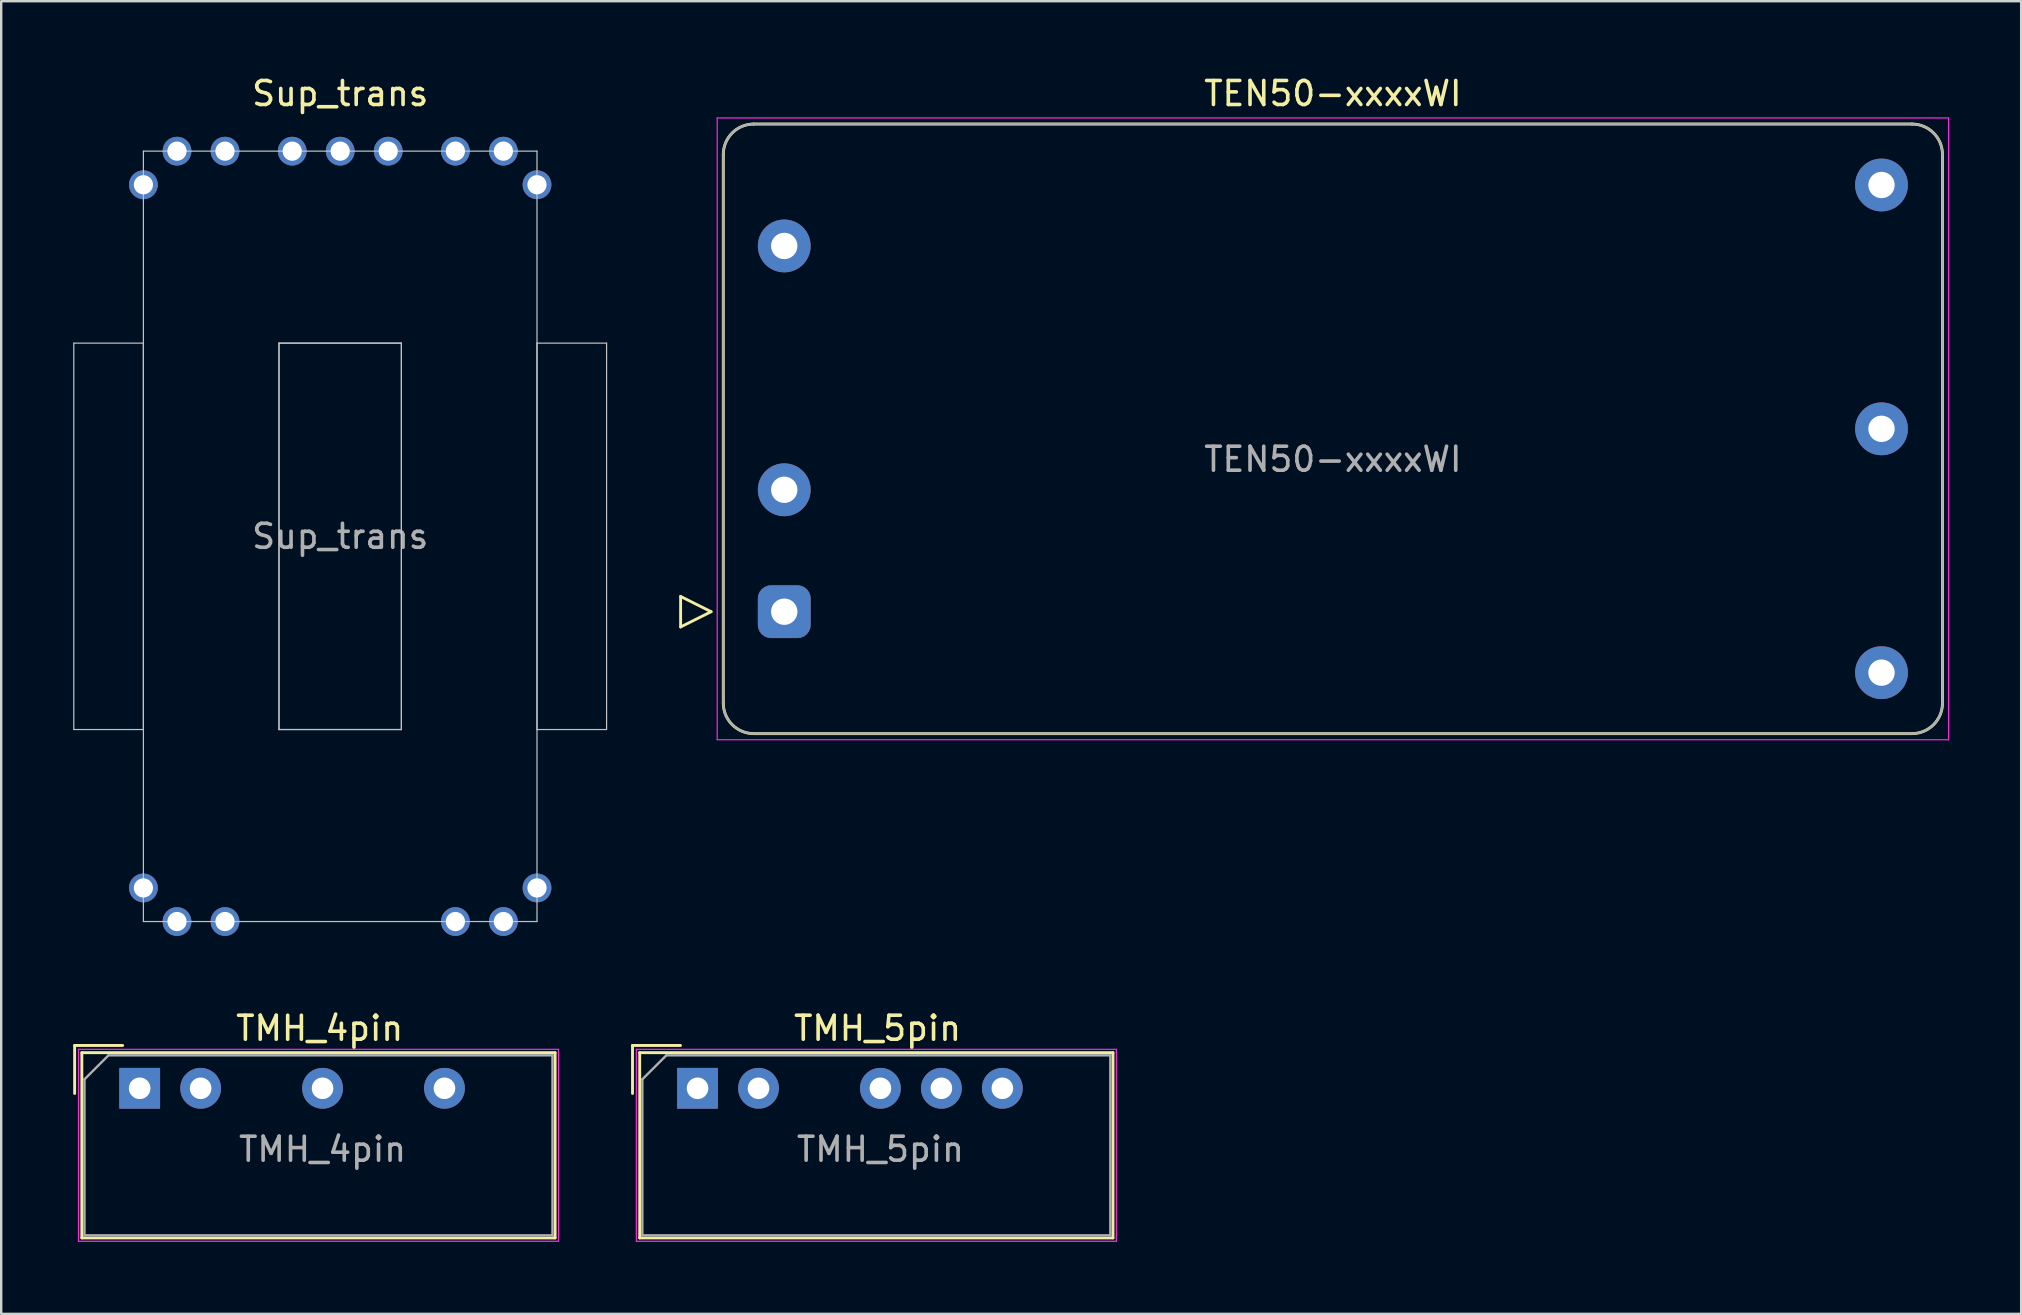
<source format=kicad_pcb>
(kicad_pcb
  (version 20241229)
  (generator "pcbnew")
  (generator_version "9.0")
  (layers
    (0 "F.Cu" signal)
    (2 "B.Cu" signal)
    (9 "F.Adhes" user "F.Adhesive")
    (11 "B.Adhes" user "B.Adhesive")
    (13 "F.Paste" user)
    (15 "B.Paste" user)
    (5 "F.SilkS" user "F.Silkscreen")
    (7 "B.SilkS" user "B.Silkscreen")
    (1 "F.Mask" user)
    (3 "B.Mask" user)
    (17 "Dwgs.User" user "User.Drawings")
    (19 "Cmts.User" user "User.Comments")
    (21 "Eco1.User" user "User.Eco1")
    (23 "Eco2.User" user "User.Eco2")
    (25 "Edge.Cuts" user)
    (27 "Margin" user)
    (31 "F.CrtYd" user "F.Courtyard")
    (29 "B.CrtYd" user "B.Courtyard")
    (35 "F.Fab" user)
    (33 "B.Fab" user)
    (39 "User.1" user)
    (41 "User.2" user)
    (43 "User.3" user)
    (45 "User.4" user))
  (footprint "Sup_trans"
    (layer "F.Cu")
    (at 11.125 19.298)
    (property "Reference" "Sup_trans" (at 0 -18.45 0) (layer "F.SilkS") (effects (font (size 1 1) (thickness 0.15))))
    (attr exclude_from_pos_files exclude_from_bom)
    (fp_line (start -11.1 -8.05) (end -11.1 8.05) (stroke (width 0.05) (type solid)) (layer "Dwgs.User"))
    (fp_line (start -11.1 8.05) (end -8.2 8.05) (stroke (width 0.05) (type solid)) (layer "Dwgs.User"))
    (fp_line (start -8.2 -16.05) (end 8.2 -16.05) (stroke (width 0.05) (type solid)) (layer "Dwgs.User"))
    (fp_line (start -8.2 16.05) (end -8.2 -16.05) (stroke (width 0.05) (type solid)) (layer "Dwgs.User"))
    (fp_line (start -8.2 -8.05) (end -11.1 -8.05) (stroke (width 0.05) (type solid)) (layer "Dwgs.User"))
    (fp_line (start -8.2 8.05) (end -8.2 -8.05) (stroke (width 0.05) (type solid)) (layer "Dwgs.User"))
    (fp_line (start -2.55 -8.05) (end -2.55 8.05) (stroke (width 0.05) (type solid)) (layer "Dwgs.User"))
    (fp_line (start -2.55 -8.05) (end 2.55 -8.05) (stroke (width 0.05) (type solid)) (layer "Dwgs.User"))
    (fp_line (start -2.55 8.05) (end -2.55 -8.05) (stroke (width 0.05) (type solid)) (layer "Dwgs.User"))
    (fp_line (start -2.55 8.05) (end 2.55 8.05) (stroke (width 0.05) (type solid)) (layer "Dwgs.User"))
    (fp_line (start 2.55 -8.05) (end -2.55 -8.05) (stroke (width 0.05) (type solid)) (layer "Dwgs.User"))
    (fp_line (start 2.55 -8.05) (end 2.55 8.05) (stroke (width 0.05) (type solid)) (layer "Dwgs.User"))
    (fp_line (start 2.55 8.05) (end -2.55 8.05) (stroke (width 0.05) (type solid)) (layer "Dwgs.User"))
    (fp_line (start 2.55 8.05) (end 2.55 -8.05) (stroke (width 0.05) (type solid)) (layer "Dwgs.User"))
    (fp_line (start 8.2 -8.05) (end 8.2 8.05) (stroke (width 0.05) (type solid)) (layer "Dwgs.User"))
    (fp_line (start 8.2 8.05) (end 11.1 8.05) (stroke (width 0.05) (type solid)) (layer "Dwgs.User"))
    (fp_line (start 8.2 -16.05) (end 8.2 16.05) (stroke (width 0.05) (type solid)) (layer "Dwgs.User"))
    (fp_line (start 8.2 16.05) (end -8.2 16.05) (stroke (width 0.05) (type solid)) (layer "Dwgs.User"))
    (fp_line (start 11.1 -8.05) (end 8.2 -8.05) (stroke (width 0.05) (type solid)) (layer "Dwgs.User"))
    (fp_line (start 11.1 8.05) (end 11.1 -8.05) (stroke (width 0.05) (type solid)) (layer "Dwgs.User"))
    (fp_text user "${REFERENCE}" (at 0 0 0) (layer "F.Fab") (effects (font (size 1 1) (thickness 0.15))))
    (pad "1" thru_hole circle (at -8.2 14.65) (size 1.2 1.2) (drill 0.8) (layers "*.Cu" "*.Mask"))
    (pad "2" thru_hole circle (at -6.8 16.05) (size 1.2 1.2) (drill 0.8) (layers "*.Cu" "*.Mask"))
    (pad "3" thru_hole circle (at -4.8 16.05) (size 1.2 1.2) (drill 0.8) (layers "*.Cu" "*.Mask"))
    (pad "4" thru_hole circle (at 4.8 16.05) (size 1.2 1.2) (drill 0.8) (layers "*.Cu" "*.Mask"))
    (pad "5" thru_hole circle (at 6.8 16.05) (size 1.2 1.2) (drill 0.8) (layers "*.Cu" "*.Mask"))
    (pad "6" thru_hole circle (at 8.2 14.65) (size 1.2 1.2) (drill 0.8) (layers "*.Cu" "*.Mask"))
    (pad "7" thru_hole circle (at 8.2 -14.65) (size 1.2 1.2) (drill 0.8) (layers "*.Cu" "*.Mask"))
    (pad "8" thru_hole circle (at 6.8 -16.05) (size 1.2 1.2) (drill 0.8) (layers "*.Cu" "*.Mask"))
    (pad "9" thru_hole circle (at 4.8 -16.05) (size 1.2 1.2) (drill 0.8) (layers "*.Cu" "*.Mask"))
    (pad "10" thru_hole circle (at 2 -16.05) (size 1.2 1.2) (drill 0.8) (layers "*.Cu" "*.Mask"))
    (pad "11" thru_hole circle (at 0 -16.05) (size 1.2 1.2) (drill 0.8) (layers "*.Cu" "*.Mask"))
    (pad "12" thru_hole circle (at -2 -16.05) (size 1.2 1.2) (drill 0.8) (layers "*.Cu" "*.Mask"))
    (pad "13" thru_hole circle (at -4.8 -16.05) (size 1.2 1.2) (drill 0.8) (layers "*.Cu" "*.Mask"))
    (pad "14" thru_hole circle (at -6.8 -16.05) (size 1.2 1.2) (drill 0.8) (layers "*.Cu" "*.Mask"))
    (pad "15" thru_hole circle (at -8.2 -14.65) (size 1.2 1.2) (drill 0.8) (layers "*.Cu" "*.Mask")))
  (footprint "TMH_5pin"
    (layer "F.Cu")
    (at 26.015 42.297)
    (property "Reference" "TMH_5pin" (at 7.5 -2.5 0) (layer "F.SilkS") (effects (font (size 1 1) (thickness 0.15))))
    (attr through_hole)
    (fp_line (start -2.71 -1.785) (end -2.71 0.215) (stroke (width 0.12) (type solid)) (layer "F.SilkS"))
    (fp_line (start -2.41 -1.485) (end -2.41 6.235) (stroke (width 0.12) (type solid)) (layer "F.SilkS"))
    (fp_line (start -2.41 -1.485) (end 17.31 -1.485) (stroke (width 0.12) (type solid)) (layer "F.SilkS"))
    (fp_line (start -2.41 6.235) (end 17.31 6.235) (stroke (width 0.12) (type solid)) (layer "F.SilkS"))
    (fp_line (start -0.71 -1.785) (end -2.71 -1.785) (stroke (width 0.12) (type solid)) (layer "F.SilkS"))
    (fp_line (start 17.31 -1.485) (end 17.31 6.235) (stroke (width 0.12) (type solid)) (layer "F.SilkS"))
    (fp_line (start -2.55 -1.625) (end -2.55 6.375) (stroke (width 0.05) (type solid)) (layer "F.CrtYd"))
    (fp_line (start -2.55 -1.625) (end 17.45 -1.625) (stroke (width 0.05) (type solid)) (layer "F.CrtYd"))
    (fp_line (start -2.55 6.375) (end 17.45 6.375) (stroke (width 0.05) (type solid)) (layer "F.CrtYd"))
    (fp_line (start 17.45 -1.625) (end 17.45 6.375) (stroke (width 0.05) (type solid)) (layer "F.CrtYd"))
    (fp_line (start -2.3 -0.375) (end -2.3 6.125) (stroke (width 0.1) (type solid)) (layer "F.Fab"))
    (fp_line (start -2.3 -0.375) (end -1.3 -1.375) (stroke (width 0.1) (type solid)) (layer "F.Fab"))
    (fp_line (start -2.3 6.125) (end 17.2 6.125) (stroke (width 0.1) (type solid)) (layer "F.Fab"))
    (fp_line (start -1.3 -1.375) (end 17.2 -1.375) (stroke (width 0.1) (type solid)) (layer "F.Fab"))
    (fp_line (start 17.2 -1.375) (end 17.2 6.125) (stroke (width 0.1) (type solid)) (layer "F.Fab"))
    (fp_text user "${REFERENCE}" (at 7.62 2.54 0) (layer "F.Fab") (effects (font (size 1 1) (thickness 0.15))))
    (pad "1" thru_hole rect (at 0 0) (size 1.7 1.7) (drill 0.9) (layers "*.Cu" "*.Mask"))
    (pad "2" thru_hole circle (at 2.54 0) (size 1.7 1.7) (drill 0.9) (layers "*.Cu" "*.Mask"))
    (pad "4" thru_hole circle (at 7.62 0) (size 1.7 1.7) (drill 0.9) (layers "*.Cu" "*.Mask"))
    (pad "5" thru_hole circle (at 10.16 0) (size 1.7 1.7) (drill 0.9) (layers "*.Cu" "*.Mask"))
    (pad "6" thru_hole circle (at 12.7 0) (size 1.7 1.7) (drill 0.9) (layers "*.Cu" "*.Mask")))
  (footprint "TEN50-xxxxWI"
    (layer "F.Cu")
    (at 52.488 14.818)
    (property "Reference" "TEN50-xxxxWI" (at 0 -13.97 0) (unlocked yes) (layer "F.SilkS") (effects (font (size 1 1) (thickness 0.15))))
    (attr through_hole)
    (fp_line (start -27.178 6.985) (end -27.178 8.255) (stroke (width 0.12) (type solid)) (layer "F.SilkS"))
    (fp_line (start -27.178 8.255) (end -25.908 7.62) (stroke (width 0.12) (type solid)) (layer "F.SilkS"))
    (fp_line (start -25.908 7.62) (end -27.178 6.985) (stroke (width 0.12) (type solid)) (layer "F.SilkS"))
    (fp_line (start -25.4 11.43) (end -25.4 -11.43) (stroke (width 0.12) (type solid)) (layer "F.SilkS"))
    (fp_line (start -24.13 -12.7) (end 24.13 -12.7) (stroke (width 0.12) (type solid)) (layer "F.SilkS"))
    (fp_line (start 24.13 12.7) (end -24.13 12.7) (stroke (width 0.12) (type solid)) (layer "F.SilkS"))
    (fp_line (start 25.4 -11.43) (end 25.4 11.43) (stroke (width 0.12) (type solid)) (layer "F.SilkS"))
    (fp_arc (start -25.4 -11.43) (mid -25.028026 -12.328026) (end -24.13 -12.7) (stroke (width 0.12) (type solid)) (layer "F.SilkS"))
    (fp_arc (start -24.13 12.7) (mid -25.028026 12.328026) (end -25.4 11.43) (stroke (width 0.12) (type solid)) (layer "F.SilkS"))
    (fp_arc (start 24.13 -12.7) (mid 25.028026 -12.328026) (end 25.4 -11.43) (stroke (width 0.12) (type solid)) (layer "F.SilkS"))
    (fp_arc (start 25.4 11.43) (mid 25.028026 12.328026) (end 24.13 12.7) (stroke (width 0.12) (type solid)) (layer "F.SilkS"))
    (fp_line (start -25.654 -12.954) (end 25.654 -12.954) (stroke (width 0.05) (type solid)) (layer "F.CrtYd"))
    (fp_line (start -25.654 12.954) (end -25.654 -12.954) (stroke (width 0.05) (type solid)) (layer "F.CrtYd"))
    (fp_line (start 25.654 -12.954) (end 25.654 12.954) (stroke (width 0.05) (type solid)) (layer "F.CrtYd"))
    (fp_line (start 25.654 12.954) (end -25.654 12.954) (stroke (width 0.05) (type solid)) (layer "F.CrtYd"))
    (fp_line (start -25.4 -11.43) (end -25.4 11.43) (stroke (width 0.1) (type solid)) (layer "F.Fab"))
    (fp_line (start -24.13 12.7) (end 24.13 12.7) (stroke (width 0.1) (type solid)) (layer "F.Fab"))
    (fp_line (start 24.13 -12.7) (end -24.13 -12.7) (stroke (width 0.1) (type solid)) (layer "F.Fab"))
    (fp_line (start 25.4 11.43) (end 25.4 -11.43) (stroke (width 0.1) (type solid)) (layer "F.Fab"))
    (fp_arc (start -25.4 -11.43) (mid -25.028026 -12.328026) (end -24.13 -12.7) (stroke (width 0.1) (type solid)) (layer "F.Fab"))
    (fp_arc (start -24.13 12.7) (mid -25.028026 12.328026) (end -25.4 11.43) (stroke (width 0.1) (type solid)) (layer "F.Fab"))
    (fp_arc (start 24.13 -12.7) (mid 25.028026 -12.328026) (end 25.4 -11.43) (stroke (width 0.1) (type solid)) (layer "F.Fab"))
    (fp_arc (start 25.4 11.43) (mid 25.028026 12.328026) (end 24.13 12.7) (stroke (width 0.1) (type solid)) (layer "F.Fab"))
    (fp_text user "${REFERENCE}" (at 0 1.27 0) (unlocked yes) (layer "F.Fab") (effects (font (size 1 1) (thickness 0.15))))
    (pad "1" thru_hole roundrect (at -22.86 7.62) (size 2.2 2.2) (drill 1.1) (layers "*.Cu" "*.Mask") (roundrect_rratio 0.25))
    (pad "2" thru_hole circle (at -22.86 2.54) (size 2.2 2.2) (drill 1.1) (layers "*.Cu" "*.Mask"))
    (pad "3" thru_hole circle (at -22.86 -7.62) (size 2.2 2.2) (drill 1.1) (layers "*.Cu" "*.Mask"))
    (pad "4" thru_hole circle (at 22.86 10.16) (size 2.2 2.2) (drill 1.1) (layers "*.Cu" "*.Mask"))
    (pad "5" thru_hole circle (at 22.86 0) (size 2.2 2.2) (drill 1.1) (layers "*.Cu" "*.Mask"))
    (pad "6" thru_hole circle (at 22.86 -10.16) (size 2.2 2.2) (drill 1.1) (layers "*.Cu" "*.Mask")))
  (footprint "TMH_4pin"
    (layer "F.Cu")
    (at 2.77 42.297)
    (property "Reference" "TMH_4pin" (at 7.5 -2.5 0) (layer "F.SilkS") (effects (font (size 1 1) (thickness 0.15))))
    (attr through_hole)
    (fp_line (start -2.71 -1.785) (end -2.71 0.215) (stroke (width 0.12) (type solid)) (layer "F.SilkS"))
    (fp_line (start -2.41 -1.485) (end -2.41 6.235) (stroke (width 0.12) (type solid)) (layer "F.SilkS"))
    (fp_line (start -2.41 -1.485) (end 17.31 -1.485) (stroke (width 0.12) (type solid)) (layer "F.SilkS"))
    (fp_line (start -2.41 6.235) (end 17.31 6.235) (stroke (width 0.12) (type solid)) (layer "F.SilkS"))
    (fp_line (start -0.71 -1.785) (end -2.71 -1.785) (stroke (width 0.12) (type solid)) (layer "F.SilkS"))
    (fp_line (start 17.31 -1.485) (end 17.31 6.235) (stroke (width 0.12) (type solid)) (layer "F.SilkS"))
    (fp_line (start -2.55 -1.625) (end -2.55 6.375) (stroke (width 0.05) (type solid)) (layer "F.CrtYd"))
    (fp_line (start -2.55 -1.625) (end 17.45 -1.625) (stroke (width 0.05) (type solid)) (layer "F.CrtYd"))
    (fp_line (start -2.55 6.375) (end 17.45 6.375) (stroke (width 0.05) (type solid)) (layer "F.CrtYd"))
    (fp_line (start 17.45 -1.625) (end 17.45 6.375) (stroke (width 0.05) (type solid)) (layer "F.CrtYd"))
    (fp_line (start -2.3 -0.375) (end -2.3 6.125) (stroke (width 0.1) (type solid)) (layer "F.Fab"))
    (fp_line (start -2.3 -0.375) (end -1.3 -1.375) (stroke (width 0.1) (type solid)) (layer "F.Fab"))
    (fp_line (start -2.3 6.125) (end 17.2 6.125) (stroke (width 0.1) (type solid)) (layer "F.Fab"))
    (fp_line (start -1.3 -1.375) (end 17.2 -1.375) (stroke (width 0.1) (type solid)) (layer "F.Fab"))
    (fp_line (start 17.2 -1.375) (end 17.2 6.125) (stroke (width 0.1) (type solid)) (layer "F.Fab"))
    (fp_text user "${REFERENCE}" (at 7.62 2.54 0) (layer "F.Fab") (effects (font (size 1 1) (thickness 0.15))))
    (pad "1" thru_hole rect (at 0 0) (size 1.7 1.7) (drill 0.9) (layers "*.Cu" "*.Mask"))
    (pad "2" thru_hole circle (at 2.54 0) (size 1.7 1.7) (drill 0.9) (layers "*.Cu" "*.Mask"))
    (pad "4" thru_hole circle (at 7.62 0) (size 1.7 1.7) (drill 0.9) (layers "*.Cu" "*.Mask"))
    (pad "6" thru_hole circle (at 12.7 0) (size 1.7 1.7) (drill 0.9) (layers "*.Cu" "*.Mask")))
  (gr_rect
    (start -3 -3)
    (end 81.167 51.697)
    (stroke (width 0.1) (type default))
    (fill no)
    (layer "Edge.Cuts")))
</source>
